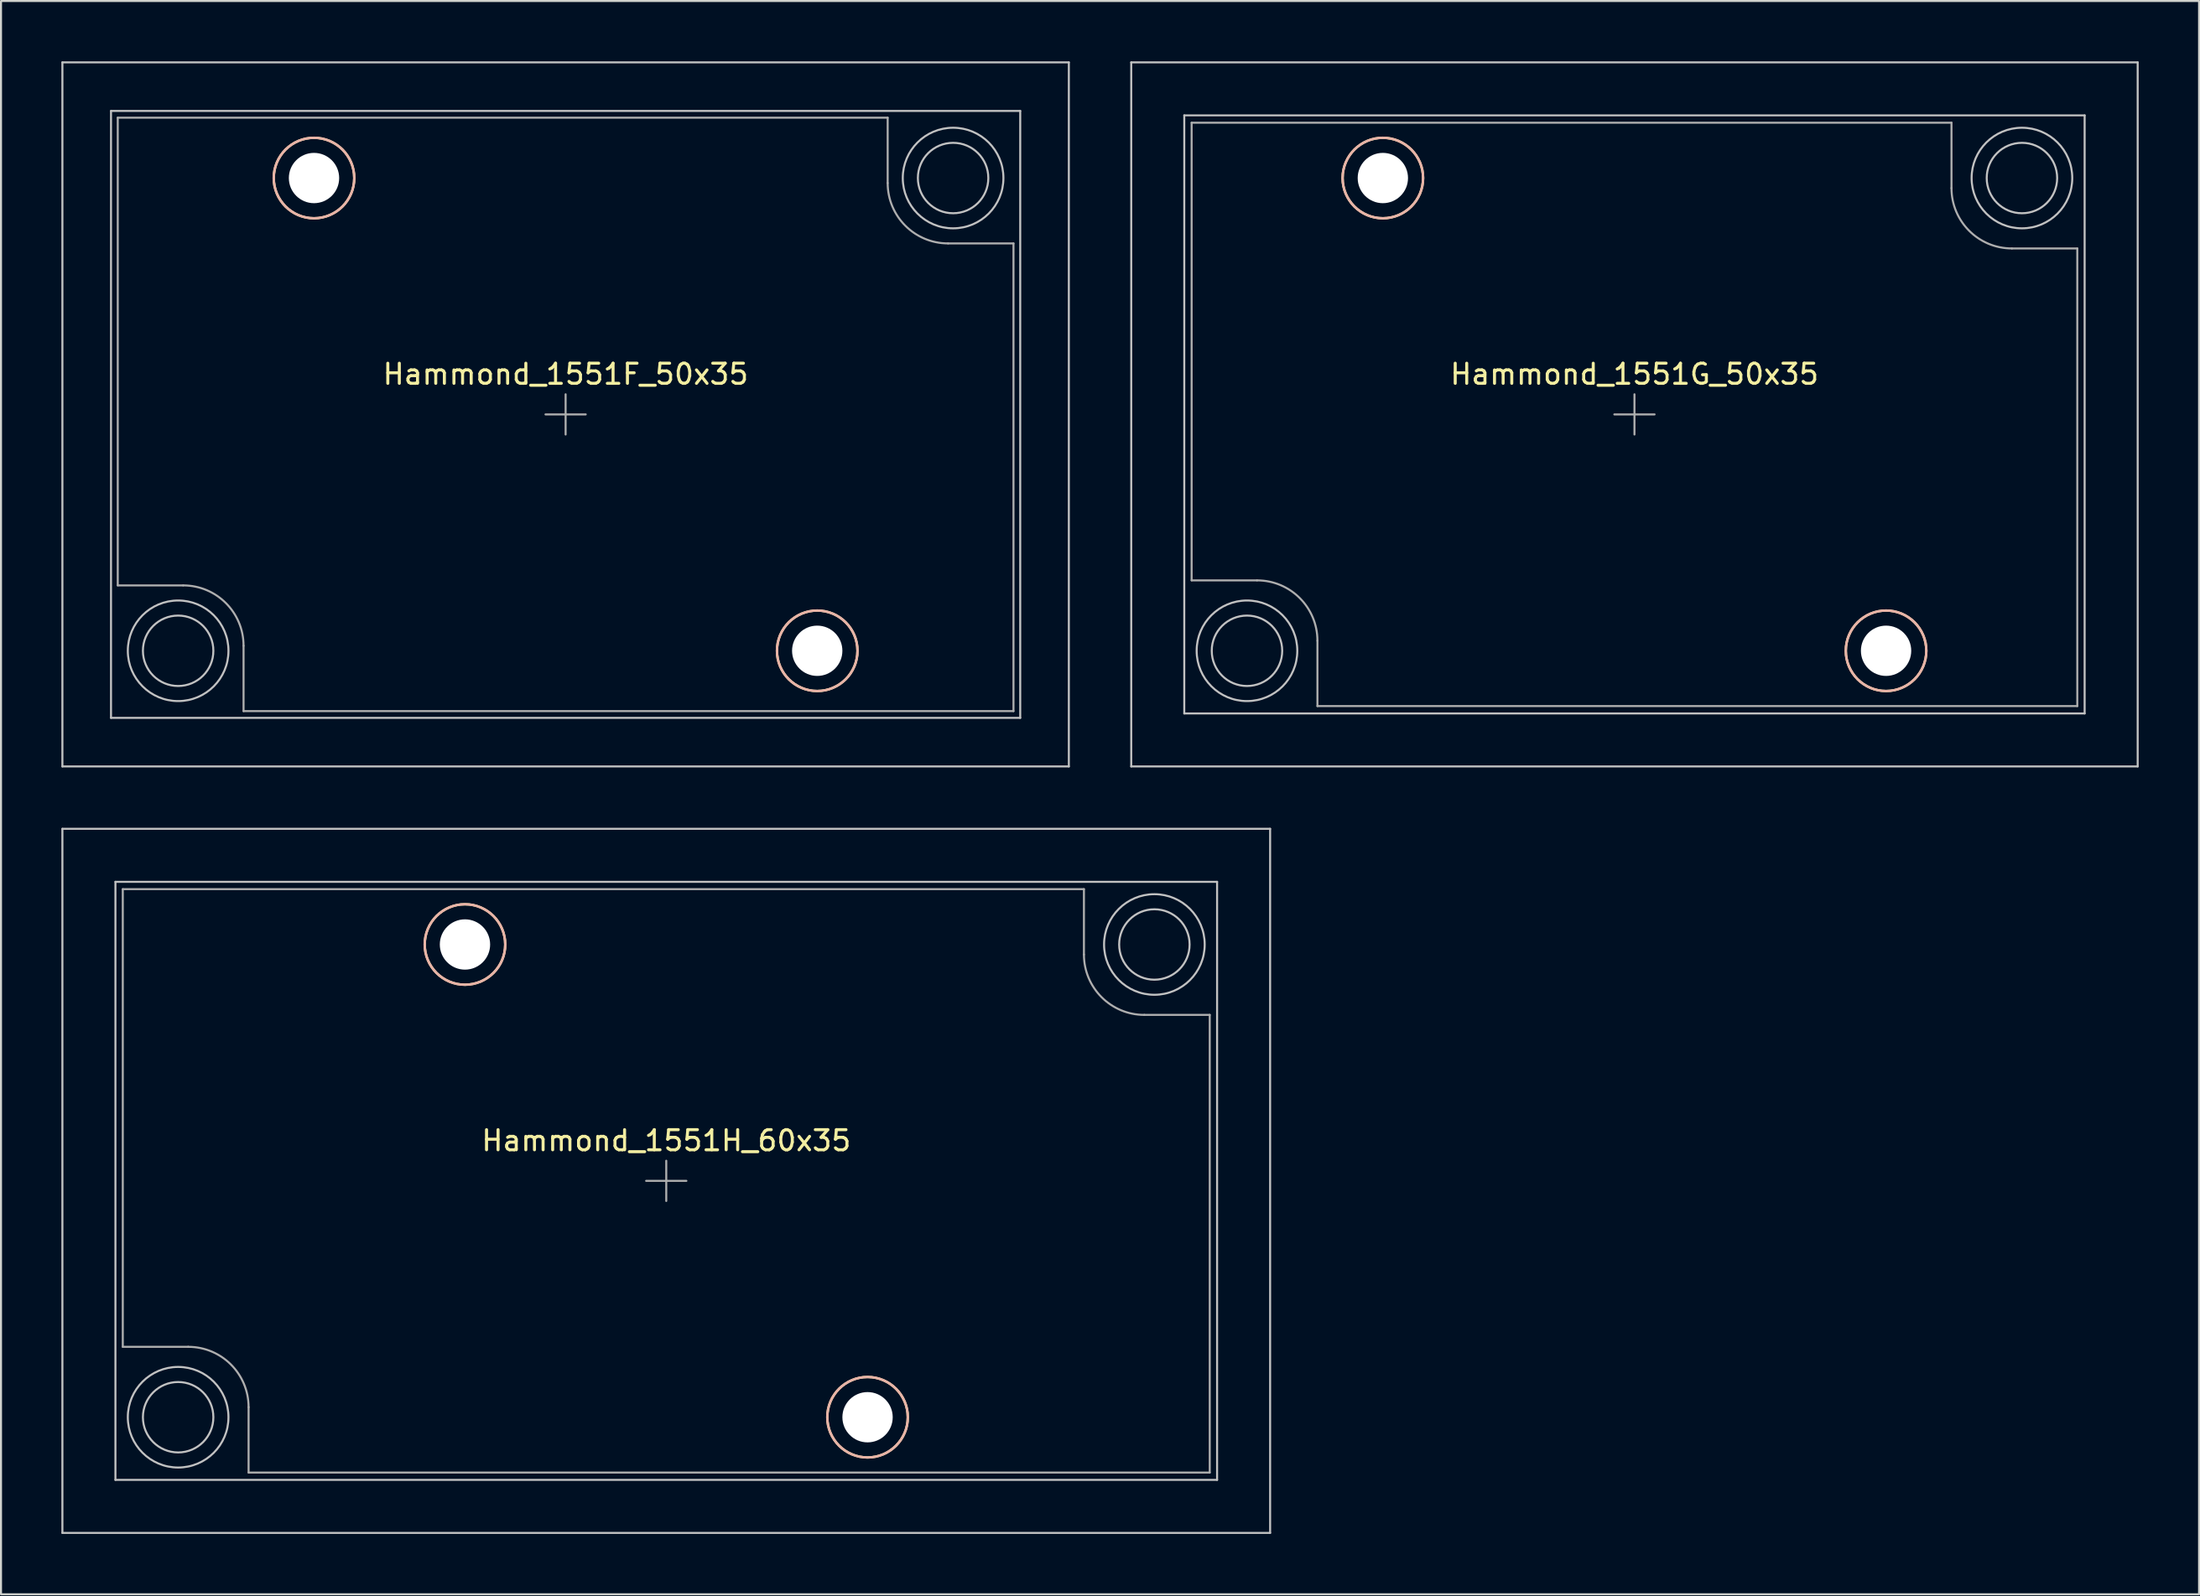
<source format=kicad_pcb>
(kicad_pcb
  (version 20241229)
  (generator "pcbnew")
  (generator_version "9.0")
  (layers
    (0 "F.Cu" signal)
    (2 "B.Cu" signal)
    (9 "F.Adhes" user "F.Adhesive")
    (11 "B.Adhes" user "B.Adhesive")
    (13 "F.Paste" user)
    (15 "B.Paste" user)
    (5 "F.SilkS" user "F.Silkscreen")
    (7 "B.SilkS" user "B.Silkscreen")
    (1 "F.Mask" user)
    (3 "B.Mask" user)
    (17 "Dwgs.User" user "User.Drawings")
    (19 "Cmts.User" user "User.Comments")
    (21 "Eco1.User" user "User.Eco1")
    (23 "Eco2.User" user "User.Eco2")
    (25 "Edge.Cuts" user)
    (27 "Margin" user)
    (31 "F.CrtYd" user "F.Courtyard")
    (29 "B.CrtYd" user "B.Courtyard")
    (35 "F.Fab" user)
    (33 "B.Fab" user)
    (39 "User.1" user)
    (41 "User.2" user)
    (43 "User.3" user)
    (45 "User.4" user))
  (footprint "Hammond_1551G_50x35"
    (layer "F.Cu")
    (at 78.15 17.55)
    (property "Reference" "Hammond_1551G_50x35" (at 0 -2 0) (layer "F.SilkS") (effects (font (size 1 1) (thickness 0.15))))
    (attr exclude_from_pos_files exclude_from_bom)
    (fp_circle (center -12.5 -11.75) (end -10.5 -11.75) (stroke (width 0.12) (type solid)) (fill no) (layer "F.SilkS"))
    (fp_circle (center 12.5 11.75) (end 14.5 11.75) (stroke (width 0.12) (type solid)) (fill no) (layer "F.SilkS"))
    (fp_circle (center -12.5 -11.75) (end -10.5 -11.75) (stroke (width 0.12) (type solid)) (fill no) (layer "B.SilkS"))
    (fp_circle (center 12.5 11.75) (end 14.5 11.75) (stroke (width 0.12) (type solid)) (fill no) (layer "B.SilkS"))
    (fp_line (start -25 -17.5) (end -25 17.5) (stroke (width 0.1) (type solid)) (layer "Dwgs.User"))
    (fp_line (start -25 17.5) (end 25 17.5) (stroke (width 0.1) (type solid)) (layer "Dwgs.User"))
    (fp_line (start -22.365 -14.865) (end -22.365 14.865) (stroke (width 0.1) (type solid)) (layer "Dwgs.User"))
    (fp_line (start -22.365 14.865) (end 22.365 14.865) (stroke (width 0.1) (type solid)) (layer "Dwgs.User"))
    (fp_line (start 22.365 -14.865) (end -22.365 -14.865) (stroke (width 0.1) (type solid)) (layer "Dwgs.User"))
    (fp_line (start 22.365 14.865) (end 22.365 -14.865) (stroke (width 0.1) (type solid)) (layer "Dwgs.User"))
    (fp_line (start 25 -17.5) (end -25 -17.5) (stroke (width 0.1) (type solid)) (layer "Dwgs.User"))
    (fp_line (start 25 17.5) (end 25 -17.5) (stroke (width 0.1) (type solid)) (layer "Dwgs.User"))
    (fp_circle (center -19.25 11.75) (end -17.5 11.75) (stroke (width 0.1) (type solid)) (fill no) (layer "Dwgs.User"))
    (fp_circle (center -19.25 11.75) (end -16.75 11.75) (stroke (width 0.1) (type solid)) (fill no) (layer "Dwgs.User"))
    (fp_circle (center 19.25 -11.75) (end 21 -11.75) (stroke (width 0.1) (type solid)) (fill no) (layer "Dwgs.User"))
    (fp_circle (center 19.25 -11.75) (end 21.75 -11.75) (stroke (width 0.1) (type solid)) (fill no) (layer "Dwgs.User"))
    (fp_line (start -22 -14.5) (end 15.75 -14.5) (stroke (width 0.1) (type solid)) (layer "F.Fab"))
    (fp_line (start -22 8.25) (end -22 -14.5) (stroke (width 0.1) (type solid)) (layer "F.Fab"))
    (fp_line (start -18.75 8.25) (end -22 8.25) (stroke (width 0.1) (type solid)) (layer "F.Fab"))
    (fp_line (start -15.75 14.5) (end -15.75 11.25) (stroke (width 0.1) (type solid)) (layer "F.Fab"))
    (fp_line (start -1 0) (end 1 0) (stroke (width 0.1) (type solid)) (layer "F.Fab"))
    (fp_line (start 0 -1) (end 0 1) (stroke (width 0.1) (type solid)) (layer "F.Fab"))
    (fp_line (start 15.75 -14.5) (end 15.75 -11.25) (stroke (width 0.1) (type solid)) (layer "F.Fab"))
    (fp_line (start 18.75 -8.25) (end 22 -8.25) (stroke (width 0.1) (type solid)) (layer "F.Fab"))
    (fp_line (start 22 -8.25) (end 22 14.5) (stroke (width 0.1) (type solid)) (layer "F.Fab"))
    (fp_line (start 22 14.5) (end -15.75 14.5) (stroke (width 0.1) (type solid)) (layer "F.Fab"))
    (fp_arc (start -18.75 8.25) (mid -16.62868 9.12868) (end -15.75 11.25) (stroke (width 0.1) (type solid)) (layer "F.Fab"))
    (fp_arc (start 18.75 -8.25) (mid 16.62868 -9.12868) (end 15.75 -11.25) (stroke (width 0.1) (type solid)) (layer "F.Fab"))
    (pad "" np_thru_hole circle (at -12.5 -11.75) (size 2.5 2.5) (drill 2.5) (layers "*.Cu" "*.Mask"))
    (pad "" np_thru_hole circle (at 12.5 11.75) (size 2.5 2.5) (drill 2.5) (layers "*.Cu" "*.Mask")))
  (footprint "Hammond_1551F_50x35"
    (layer "F.Cu")
    (at 25.05 17.55)
    (property "Reference" "Hammond_1551F_50x35" (at 0 -2 0) (layer "F.SilkS") (effects (font (size 1 1) (thickness 0.15))))
    (attr exclude_from_pos_files exclude_from_bom)
    (fp_circle (center -12.5 -11.75) (end -10.5 -11.75) (stroke (width 0.12) (type solid)) (fill no) (layer "F.SilkS"))
    (fp_circle (center 12.5 11.75) (end 14.5 11.75) (stroke (width 0.12) (type solid)) (fill no) (layer "F.SilkS"))
    (fp_circle (center -12.5 -11.75) (end -10.5 -11.75) (stroke (width 0.12) (type solid)) (fill no) (layer "B.SilkS"))
    (fp_circle (center 12.5 11.75) (end 14.5 11.75) (stroke (width 0.12) (type solid)) (fill no) (layer "B.SilkS"))
    (fp_line (start -25 -17.5) (end -25 17.5) (stroke (width 0.1) (type solid)) (layer "Dwgs.User"))
    (fp_line (start -25 17.5) (end 25 17.5) (stroke (width 0.1) (type solid)) (layer "Dwgs.User"))
    (fp_line (start -22.585 -15.085) (end -22.585 15.085) (stroke (width 0.1) (type solid)) (layer "Dwgs.User"))
    (fp_line (start -22.585 15.085) (end 22.585 15.085) (stroke (width 0.1) (type solid)) (layer "Dwgs.User"))
    (fp_line (start 22.585 -15.085) (end -22.585 -15.085) (stroke (width 0.1) (type solid)) (layer "Dwgs.User"))
    (fp_line (start 22.585 15.085) (end 22.585 -15.085) (stroke (width 0.1) (type solid)) (layer "Dwgs.User"))
    (fp_line (start 25 -17.5) (end -25 -17.5) (stroke (width 0.1) (type solid)) (layer "Dwgs.User"))
    (fp_line (start 25 17.5) (end 25 -17.5) (stroke (width 0.1) (type solid)) (layer "Dwgs.User"))
    (fp_circle (center -19.25 11.75) (end -17.5 11.75) (stroke (width 0.1) (type solid)) (fill no) (layer "Dwgs.User"))
    (fp_circle (center -19.25 11.75) (end -16.75 11.75) (stroke (width 0.1) (type solid)) (fill no) (layer "Dwgs.User"))
    (fp_circle (center 19.25 -11.75) (end 21 -11.75) (stroke (width 0.1) (type solid)) (fill no) (layer "Dwgs.User"))
    (fp_circle (center 19.25 -11.75) (end 21.75 -11.75) (stroke (width 0.1) (type solid)) (fill no) (layer "Dwgs.User"))
    (fp_line (start -22.25 -14.75) (end 16 -14.75) (stroke (width 0.1) (type solid)) (layer "F.Fab"))
    (fp_line (start -22.25 8.5) (end -22.25 -14.75) (stroke (width 0.1) (type solid)) (layer "F.Fab"))
    (fp_line (start -19 8.5) (end -22.25 8.5) (stroke (width 0.1) (type solid)) (layer "F.Fab"))
    (fp_line (start -16 14.75) (end -16 11.5) (stroke (width 0.1) (type solid)) (layer "F.Fab"))
    (fp_line (start -1 0) (end 1 0) (stroke (width 0.1) (type solid)) (layer "F.Fab"))
    (fp_line (start 0 -1) (end 0 1) (stroke (width 0.1) (type solid)) (layer "F.Fab"))
    (fp_line (start 16 -14.75) (end 16 -11.5) (stroke (width 0.1) (type solid)) (layer "F.Fab"))
    (fp_line (start 19 -8.5) (end 22.25 -8.5) (stroke (width 0.1) (type solid)) (layer "F.Fab"))
    (fp_line (start 22.25 -8.5) (end 22.25 14.75) (stroke (width 0.1) (type solid)) (layer "F.Fab"))
    (fp_line (start 22.25 14.75) (end -16 14.75) (stroke (width 0.1) (type solid)) (layer "F.Fab"))
    (fp_arc (start -19 8.5) (mid -16.87868 9.37868) (end -16 11.5) (stroke (width 0.1) (type solid)) (layer "F.Fab"))
    (fp_arc (start 19 -8.5) (mid 16.87868 -9.37868) (end 16 -11.5) (stroke (width 0.1) (type solid)) (layer "F.Fab"))
    (pad "" np_thru_hole circle (at -12.5 -11.75) (size 2.5 2.5) (drill 2.5) (layers "*.Cu" "*.Mask"))
    (pad "" np_thru_hole circle (at 12.5 11.75) (size 2.5 2.5) (drill 2.5) (layers "*.Cu" "*.Mask")))
  (footprint "Hammond_1551H_60x35"
    (layer "F.Cu")
    (at 30.05 55.65)
    (property "Reference" "Hammond_1551H_60x35" (at 0 -2 0) (layer "F.SilkS") (effects (font (size 1 1) (thickness 0.15))))
    (attr exclude_from_pos_files exclude_from_bom)
    (fp_circle (center -10 -11.75) (end -8 -11.75) (stroke (width 0.12) (type solid)) (fill no) (layer "F.SilkS"))
    (fp_circle (center 10 11.75) (end 12 11.75) (stroke (width 0.12) (type solid)) (fill no) (layer "F.SilkS"))
    (fp_circle (center -10 -11.75) (end -8 -11.75) (stroke (width 0.12) (type solid)) (fill no) (layer "B.SilkS"))
    (fp_circle (center 10 11.75) (end 12 11.75) (stroke (width 0.12) (type solid)) (fill no) (layer "B.SilkS"))
    (fp_line (start -30 -17.5) (end -30 17.5) (stroke (width 0.1) (type solid)) (layer "Dwgs.User"))
    (fp_line (start -30 17.5) (end 30 17.5) (stroke (width 0.1) (type solid)) (layer "Dwgs.User"))
    (fp_line (start -27.365 -14.865) (end -27.365 14.865) (stroke (width 0.1) (type solid)) (layer "Dwgs.User"))
    (fp_line (start -27.365 14.865) (end 27.365 14.865) (stroke (width 0.1) (type solid)) (layer "Dwgs.User"))
    (fp_line (start 27.365 -14.865) (end -27.365 -14.865) (stroke (width 0.1) (type solid)) (layer "Dwgs.User"))
    (fp_line (start 27.365 14.865) (end 27.365 -14.865) (stroke (width 0.1) (type solid)) (layer "Dwgs.User"))
    (fp_line (start 30 -17.5) (end -30 -17.5) (stroke (width 0.1) (type solid)) (layer "Dwgs.User"))
    (fp_line (start 30 17.5) (end 30 -17.5) (stroke (width 0.1) (type solid)) (layer "Dwgs.User"))
    (fp_circle (center -24.25 11.75) (end -22.5 11.75) (stroke (width 0.1) (type solid)) (fill no) (layer "Dwgs.User"))
    (fp_circle (center -24.25 11.75) (end -21.75 11.75) (stroke (width 0.1) (type solid)) (fill no) (layer "Dwgs.User"))
    (fp_circle (center 24.25 -11.75) (end 26 -11.75) (stroke (width 0.1) (type solid)) (fill no) (layer "Dwgs.User"))
    (fp_circle (center 24.25 -11.75) (end 26.75 -11.75) (stroke (width 0.1) (type solid)) (fill no) (layer "Dwgs.User"))
    (fp_line (start -27 -14.5) (end 20.75 -14.5) (stroke (width 0.1) (type solid)) (layer "F.Fab"))
    (fp_line (start -27 8.25) (end -27 -14.5) (stroke (width 0.1) (type solid)) (layer "F.Fab"))
    (fp_line (start -23.75 8.25) (end -27 8.25) (stroke (width 0.1) (type solid)) (layer "F.Fab"))
    (fp_line (start -20.75 14.5) (end -20.75 11.25) (stroke (width 0.1) (type solid)) (layer "F.Fab"))
    (fp_line (start -1 0) (end 1 0) (stroke (width 0.1) (type solid)) (layer "F.Fab"))
    (fp_line (start 0 -1) (end 0 1) (stroke (width 0.1) (type solid)) (layer "F.Fab"))
    (fp_line (start 20.75 -14.5) (end 20.75 -11.25) (stroke (width 0.1) (type solid)) (layer "F.Fab"))
    (fp_line (start 23.75 -8.25) (end 27 -8.25) (stroke (width 0.1) (type solid)) (layer "F.Fab"))
    (fp_line (start 27 -8.25) (end 27 14.5) (stroke (width 0.1) (type solid)) (layer "F.Fab"))
    (fp_line (start 27 14.5) (end -20.75 14.5) (stroke (width 0.1) (type solid)) (layer "F.Fab"))
    (fp_arc (start -23.75 8.25) (mid -21.62868 9.12868) (end -20.75 11.25) (stroke (width 0.1) (type solid)) (layer "F.Fab"))
    (fp_arc (start 23.75 -8.25) (mid 21.62868 -9.12868) (end 20.75 -11.25) (stroke (width 0.1) (type solid)) (layer "F.Fab"))
    (pad "" np_thru_hole circle (at -10 -11.75) (size 2.5 2.5) (drill 2.5) (layers "*.Cu" "*.Mask"))
    (pad "" np_thru_hole circle (at 10 11.75) (size 2.5 2.5) (drill 2.5) (layers "*.Cu" "*.Mask")))
  (gr_rect
    (start -3 -3)
    (end 106.2 76.2)
    (stroke (width 0.1) (type default))
    (fill no)
    (layer "Edge.Cuts")))
</source>
